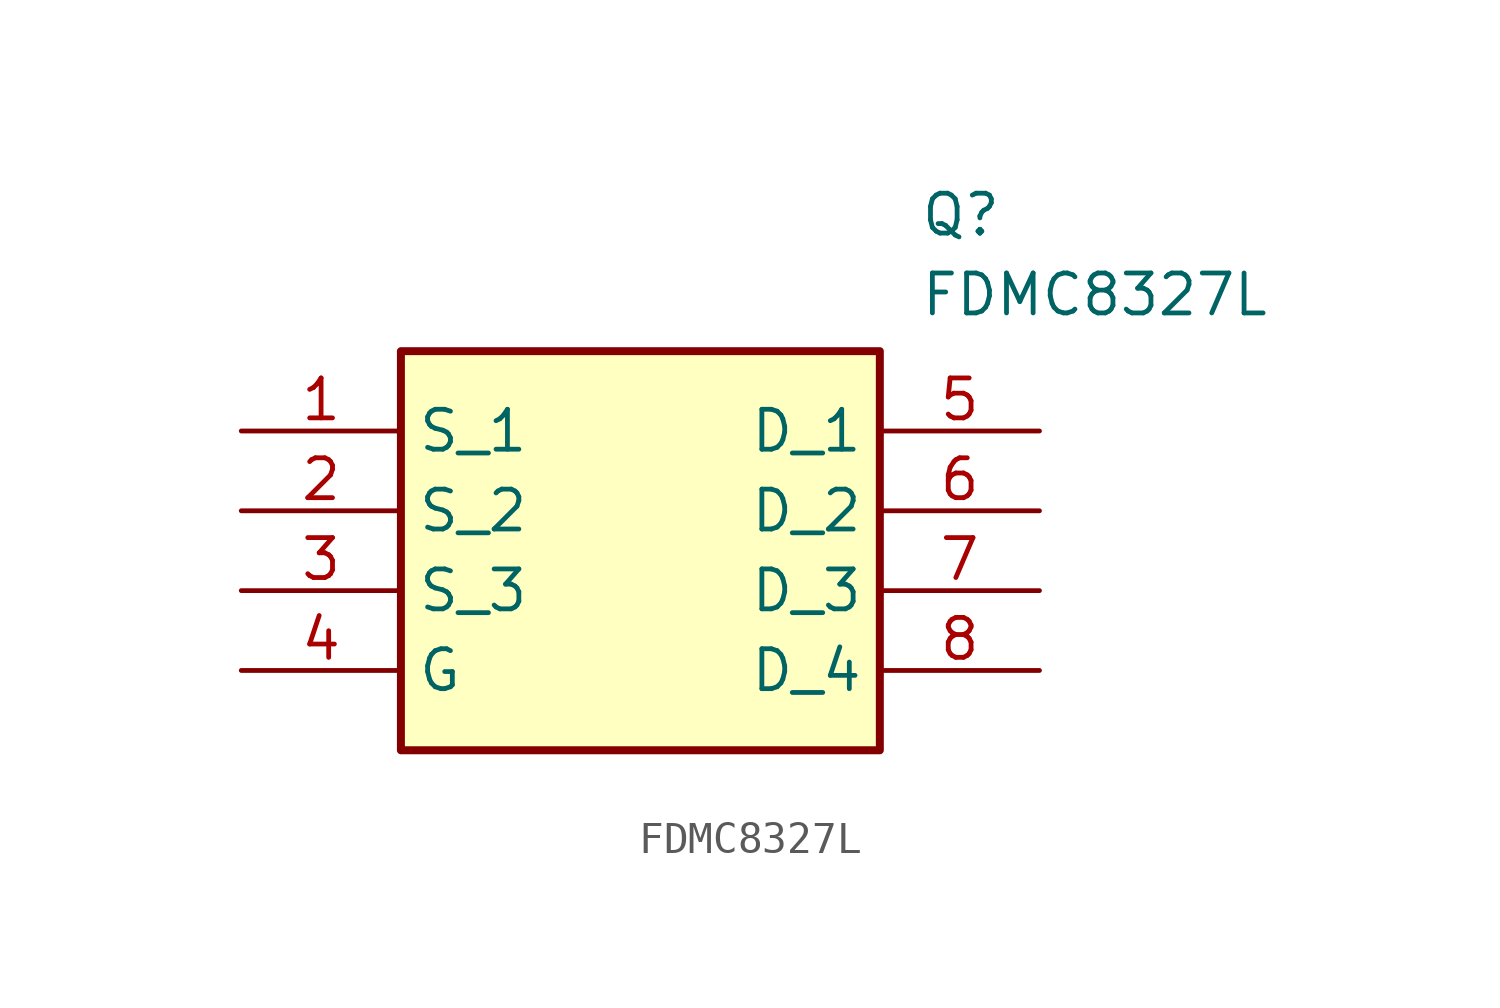
<source format=kicad_sym>
(kicad_symbol_lib
  (version 20211014)
  (generator SamacSys_ECAD_Model)
  (symbol "FDMC8327L"
    (property "Reference" "Q"
      (at 21.59 7.62 0)
      (effects (font (size 1.27 1.27)) (justify left top)))
    (property "Value" "FDMC8327L"
      (at 21.59 5.08 0)
      (effects (font (size 1.27 1.27)) (justify left top)))
    (rectangle
      (start 5.08 2.54)
      (end 20.32 -10.16)
      (stroke (width 0.254) (type default))
      (fill (type background)))
    (pin passive line
      (at 0 0 0)
      (length 5.08)
      (name "S_1" (effects (font (size 1.27 1.27))))
      (number "1" (effects (font (size 1.27 1.27)))))
    (pin passive line
      (at 0 -2.54 0)
      (length 5.08)
      (name "S_2" (effects (font (size 1.27 1.27))))
      (number "2" (effects (font (size 1.27 1.27)))))
    (pin passive line
      (at 0 -5.08 0)
      (length 5.08)
      (name "S_3" (effects (font (size 1.27 1.27))))
      (number "3" (effects (font (size 1.27 1.27)))))
    (pin passive line
      (at 0 -7.62 0)
      (length 5.08)
      (name "G" (effects (font (size 1.27 1.27))))
      (number "4" (effects (font (size 1.27 1.27)))))
    (pin passive line
      (at 25.4 0 180)
      (length 5.08)
      (name "D_1" (effects (font (size 1.27 1.27))))
      (number "5" (effects (font (size 1.27 1.27)))))
    (pin passive line
      (at 25.4 -2.54 180)
      (length 5.08)
      (name "D_2" (effects (font (size 1.27 1.27))))
      (number "6" (effects (font (size 1.27 1.27)))))
    (pin passive line
      (at 25.4 -5.08 180)
      (length 5.08)
      (name "D_3" (effects (font (size 1.27 1.27))))
      (number "7" (effects (font (size 1.27 1.27)))))
    (pin passive line
      (at 25.4 -7.62 180)
      (length 5.08)
      (name "D_4" (effects (font (size 1.27 1.27))))
      (number "8" (effects (font (size 1.27 1.27)))))))
</source>
